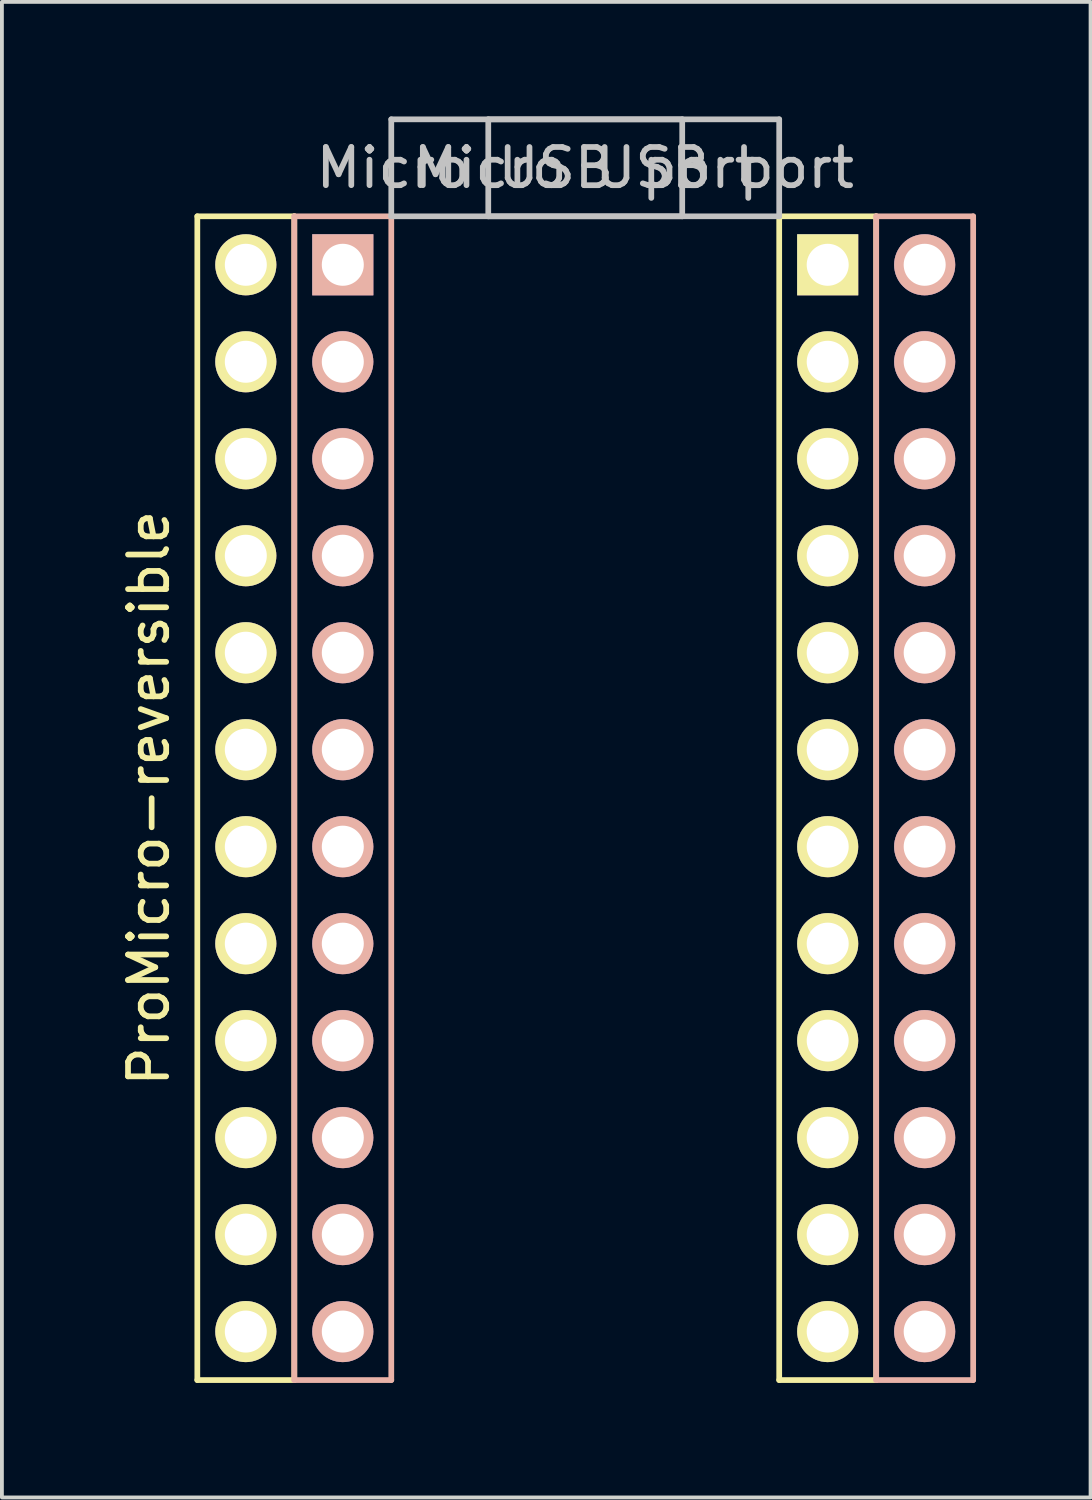
<source format=kicad_pcb>
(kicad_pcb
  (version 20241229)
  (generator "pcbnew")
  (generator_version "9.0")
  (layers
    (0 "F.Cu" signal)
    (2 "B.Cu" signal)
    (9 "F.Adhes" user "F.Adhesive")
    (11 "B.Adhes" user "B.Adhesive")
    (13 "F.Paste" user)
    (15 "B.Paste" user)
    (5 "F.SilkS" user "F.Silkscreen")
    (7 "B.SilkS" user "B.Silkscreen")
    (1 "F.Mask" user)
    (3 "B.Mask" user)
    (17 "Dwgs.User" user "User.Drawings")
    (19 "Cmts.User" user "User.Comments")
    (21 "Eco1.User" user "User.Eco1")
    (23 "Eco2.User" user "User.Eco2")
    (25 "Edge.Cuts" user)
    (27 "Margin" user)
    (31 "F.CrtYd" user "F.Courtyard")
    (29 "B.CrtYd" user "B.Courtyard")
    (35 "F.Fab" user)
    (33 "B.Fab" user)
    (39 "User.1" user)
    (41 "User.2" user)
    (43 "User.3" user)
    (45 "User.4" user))
  (footprint "ProMicro-reversible"
    (layer "F.Cu")
    (at 11.688 17.365)
    (property "Reference" "ProMicro-reversible" (at -10.84 0.49 90) (layer "F.SilkS") (effects (font (size 1 1) (thickness 0.15))))
    (attr through_hole)
    (fp_line (start -9.57 -14.75) (end -9.57 15.73) (stroke (width 0.15) (type solid)) (layer "F.SilkS"))
    (fp_line (start -9.57 -14.75) (end -7.03 -14.75) (stroke (width 0.15) (type solid)) (layer "F.SilkS"))
    (fp_line (start -9.57 15.73) (end -7.03 15.73) (stroke (width 0.15) (type solid)) (layer "F.SilkS"))
    (fp_line (start -7.03 -14.75) (end -7.03 15.73) (stroke (width 0.15) (type solid)) (layer "F.SilkS"))
    (fp_line (start 5.67 -14.75) (end 8.21 -14.75) (stroke (width 0.15) (type solid)) (layer "F.SilkS"))
    (fp_line (start 5.67 15.73) (end 5.67 -14.75) (stroke (width 0.15) (type solid)) (layer "F.SilkS"))
    (fp_line (start 5.67 15.73) (end 8.21 15.73) (stroke (width 0.15) (type solid)) (layer "F.SilkS"))
    (fp_line (start 8.21 -14.75) (end 8.21 15.73) (stroke (width 0.15) (type solid)) (layer "F.SilkS"))
    (fp_line (start -7.03 -14.75) (end -7.03 15.73) (stroke (width 0.15) (type solid)) (layer "B.SilkS"))
    (fp_line (start -4.49 -14.75) (end -7.03 -14.75) (stroke (width 0.15) (type solid)) (layer "B.SilkS"))
    (fp_line (start -4.49 15.73) (end -7.03 15.73) (stroke (width 0.15) (type solid)) (layer "B.SilkS"))
    (fp_line (start -4.49 15.73) (end -4.49 -14.75) (stroke (width 0.15) (type solid)) (layer "B.SilkS"))
    (fp_line (start 8.21 -14.75) (end 8.21 15.73) (stroke (width 0.15) (type solid)) (layer "B.SilkS"))
    (fp_line (start 10.75 -14.75) (end 8.21 -14.75) (stroke (width 0.15) (type solid)) (layer "B.SilkS"))
    (fp_line (start 10.75 -14.75) (end 10.75 15.73) (stroke (width 0.15) (type solid)) (layer "B.SilkS"))
    (fp_line (start 10.75 15.73) (end 8.21 15.73) (stroke (width 0.15) (type solid)) (layer "B.SilkS"))
    (fp_line (start -4.49 -17.29) (end -4.49 -14.75) (stroke (width 0.15) (type solid)) (layer "Dwgs.User"))
    (fp_line (start -4.49 -14.75) (end 3.13 -14.75) (stroke (width 0.15) (type solid)) (layer "Dwgs.User"))
    (fp_line (start -1.95 -17.29) (end 5.67 -17.29) (stroke (width 0.15) (type solid)) (layer "Dwgs.User"))
    (fp_line (start -1.95 -14.75) (end -1.95 -17.29) (stroke (width 0.15) (type solid)) (layer "Dwgs.User"))
    (fp_line (start 3.13 -17.29) (end -4.49 -17.29) (stroke (width 0.15) (type solid)) (layer "Dwgs.User"))
    (fp_line (start 3.13 -14.75) (end 3.13 -17.29) (stroke (width 0.15) (type solid)) (layer "Dwgs.User"))
    (fp_line (start 5.67 -17.29) (end 5.67 -14.75) (stroke (width 0.15) (type solid)) (layer "Dwgs.User"))
    (fp_line (start 5.67 -14.75) (end -1.95 -14.75) (stroke (width 0.15) (type solid)) (layer "Dwgs.User"))
    (fp_text user "Micro USB port" (at 1.86 -16.02 180) (layer "Dwgs.User") (effects (font (size 1 1) (thickness 0.15))))
    (fp_text user "Micro USB port" (at -0.68 -16.02 0) (layer "Dwgs.User") (effects (font (size 1 1) (thickness 0.15))))
    (pad "1" thru_hole rect (at -5.76 -13.48 90) (size 1.6 1.6) (drill 1.1) (layers "*.Cu" "*.Mask" "B.SilkS"))
    (pad "1" thru_hole rect (at 6.94 -13.48 90) (size 1.6 1.6) (drill 1.1) (layers "*.Cu" "*.Mask" "F.SilkS"))
    (pad "2" thru_hole circle (at -5.76 -10.94 90) (size 1.6 1.6) (drill 1.1) (layers "*.Cu" "*.Mask" "B.SilkS"))
    (pad "2" thru_hole circle (at 6.94 -10.94 90) (size 1.6 1.6) (drill 1.1) (layers "*.Cu" "*.Mask" "F.SilkS"))
    (pad "3" thru_hole circle (at -5.76 -8.4 90) (size 1.6 1.6) (drill 1.1) (layers "*.Cu" "*.Mask" "B.SilkS"))
    (pad "3" thru_hole circle (at 6.94 -8.4 90) (size 1.6 1.6) (drill 1.1) (layers "*.Cu" "*.Mask" "F.SilkS"))
    (pad "4" thru_hole circle (at -5.76 -5.86 90) (size 1.6 1.6) (drill 1.1) (layers "*.Cu" "*.Mask" "B.SilkS"))
    (pad "4" thru_hole circle (at 6.94 -5.86 90) (size 1.6 1.6) (drill 1.1) (layers "*.Cu" "*.Mask" "F.SilkS"))
    (pad "5" thru_hole circle (at -5.76 -3.32 90) (size 1.6 1.6) (drill 1.1) (layers "*.Cu" "*.Mask" "B.SilkS"))
    (pad "5" thru_hole circle (at 6.94 -3.32 90) (size 1.6 1.6) (drill 1.1) (layers "*.Cu" "*.Mask" "F.SilkS"))
    (pad "6" thru_hole circle (at -5.76 -0.78 90) (size 1.6 1.6) (drill 1.1) (layers "*.Cu" "*.Mask" "B.SilkS"))
    (pad "6" thru_hole circle (at 6.94 -0.78 90) (size 1.6 1.6) (drill 1.1) (layers "*.Cu" "*.Mask" "F.SilkS"))
    (pad "7" thru_hole circle (at -5.76 1.76 90) (size 1.6 1.6) (drill 1.1) (layers "*.Cu" "*.Mask" "B.SilkS"))
    (pad "7" thru_hole circle (at 6.94 1.76 90) (size 1.6 1.6) (drill 1.1) (layers "*.Cu" "*.Mask" "F.SilkS"))
    (pad "8" thru_hole circle (at -5.76 4.3 90) (size 1.6 1.6) (drill 1.1) (layers "*.Cu" "*.Mask" "B.SilkS"))
    (pad "8" thru_hole circle (at 6.94 4.3 90) (size 1.6 1.6) (drill 1.1) (layers "*.Cu" "*.Mask" "F.SilkS"))
    (pad "9" thru_hole circle (at -5.76 6.84 90) (size 1.6 1.6) (drill 1.1) (layers "*.Cu" "*.Mask" "B.SilkS"))
    (pad "9" thru_hole circle (at 6.94 6.84 90) (size 1.6 1.6) (drill 1.1) (layers "*.Cu" "*.Mask" "F.SilkS"))
    (pad "10" thru_hole circle (at -5.76 9.38 90) (size 1.6 1.6) (drill 1.1) (layers "*.Cu" "*.Mask" "B.SilkS"))
    (pad "10" thru_hole circle (at 6.94 9.38 90) (size 1.6 1.6) (drill 1.1) (layers "*.Cu" "*.Mask" "F.SilkS"))
    (pad "11" thru_hole circle (at -5.76 11.92 90) (size 1.6 1.6) (drill 1.1) (layers "*.Cu" "*.Mask" "B.SilkS"))
    (pad "11" thru_hole circle (at 6.94 11.92 90) (size 1.6 1.6) (drill 1.1) (layers "*.Cu" "*.Mask" "F.SilkS"))
    (pad "12" thru_hole circle (at -5.76 14.46 90) (size 1.6 1.6) (drill 1.1) (layers "*.Cu" "*.Mask" "B.SilkS"))
    (pad "12" thru_hole circle (at 6.94 14.46 90) (size 1.6 1.6) (drill 1.1) (layers "*.Cu" "*.Mask" "F.SilkS"))
    (pad "13" thru_hole circle (at -8.3 14.46 90) (size 1.6 1.6) (drill 1.1) (layers "*.Cu" "*.Mask" "F.SilkS"))
    (pad "13" thru_hole circle (at 9.48 14.46 90) (size 1.6 1.6) (drill 1.1) (layers "*.Cu" "*.Mask" "B.SilkS"))
    (pad "14" thru_hole circle (at -8.3 11.92 90) (size 1.6 1.6) (drill 1.1) (layers "*.Cu" "*.Mask" "F.SilkS"))
    (pad "14" thru_hole circle (at 9.48 11.92 90) (size 1.6 1.6) (drill 1.1) (layers "*.Cu" "*.Mask" "B.SilkS"))
    (pad "15" thru_hole circle (at -8.3 9.38 90) (size 1.6 1.6) (drill 1.1) (layers "*.Cu" "*.Mask" "F.SilkS"))
    (pad "15" thru_hole circle (at 9.48 9.38 90) (size 1.6 1.6) (drill 1.1) (layers "*.Cu" "*.Mask" "B.SilkS"))
    (pad "16" thru_hole circle (at -8.3 6.84 90) (size 1.6 1.6) (drill 1.1) (layers "*.Cu" "*.Mask" "F.SilkS"))
    (pad "16" thru_hole circle (at 9.48 6.84 90) (size 1.6 1.6) (drill 1.1) (layers "*.Cu" "*.Mask" "B.SilkS"))
    (pad "17" thru_hole circle (at -8.3 4.3 90) (size 1.6 1.6) (drill 1.1) (layers "*.Cu" "*.Mask" "F.SilkS"))
    (pad "17" thru_hole circle (at 9.48 4.3 90) (size 1.6 1.6) (drill 1.1) (layers "*.Cu" "*.Mask" "B.SilkS"))
    (pad "18" thru_hole circle (at -8.3 1.76 90) (size 1.6 1.6) (drill 1.1) (layers "*.Cu" "*.Mask" "F.SilkS"))
    (pad "18" thru_hole circle (at 9.48 1.76 90) (size 1.6 1.6) (drill 1.1) (layers "*.Cu" "*.Mask" "B.SilkS"))
    (pad "19" thru_hole circle (at -8.3 -0.78 90) (size 1.6 1.6) (drill 1.1) (layers "*.Cu" "*.Mask" "F.SilkS"))
    (pad "19" thru_hole circle (at 9.48 -0.78 90) (size 1.6 1.6) (drill 1.1) (layers "*.Cu" "*.Mask" "B.SilkS"))
    (pad "20" thru_hole circle (at -8.3 -3.32 90) (size 1.6 1.6) (drill 1.1) (layers "*.Cu" "*.Mask" "F.SilkS"))
    (pad "20" thru_hole circle (at 9.48 -3.32 90) (size 1.6 1.6) (drill 1.1) (layers "*.Cu" "*.Mask" "B.SilkS"))
    (pad "21" thru_hole circle (at -8.3 -5.86 90) (size 1.6 1.6) (drill 1.1) (layers "*.Cu" "*.Mask" "F.SilkS"))
    (pad "21" thru_hole circle (at 9.48 -5.86 90) (size 1.6 1.6) (drill 1.1) (layers "*.Cu" "*.Mask" "B.SilkS"))
    (pad "22" thru_hole circle (at -8.3 -8.4 90) (size 1.6 1.6) (drill 1.1) (layers "*.Cu" "*.Mask" "F.SilkS"))
    (pad "22" thru_hole circle (at 9.48 -8.4 90) (size 1.6 1.6) (drill 1.1) (layers "*.Cu" "*.Mask" "B.SilkS"))
    (pad "23" thru_hole circle (at -8.3 -10.94 90) (size 1.6 1.6) (drill 1.1) (layers "*.Cu" "*.Mask" "F.SilkS"))
    (pad "23" thru_hole circle (at 9.48 -10.94 90) (size 1.6 1.6) (drill 1.1) (layers "*.Cu" "*.Mask" "B.SilkS"))
    (pad "24" thru_hole circle (at -8.3 -13.48 90) (size 1.6 1.6) (drill 1.1) (layers "*.Cu" "*.Mask" "F.SilkS"))
    (pad "24" thru_hole circle (at 9.48 -13.48 90) (size 1.6 1.6) (drill 1.1) (layers "*.Cu" "*.Mask" "B.SilkS")))
  (gr_rect
    (start -3 -3)
    (end 25.513 36.17)
    (stroke (width 0.1) (type default))
    (fill no)
    (layer "Edge.Cuts")))
</source>
